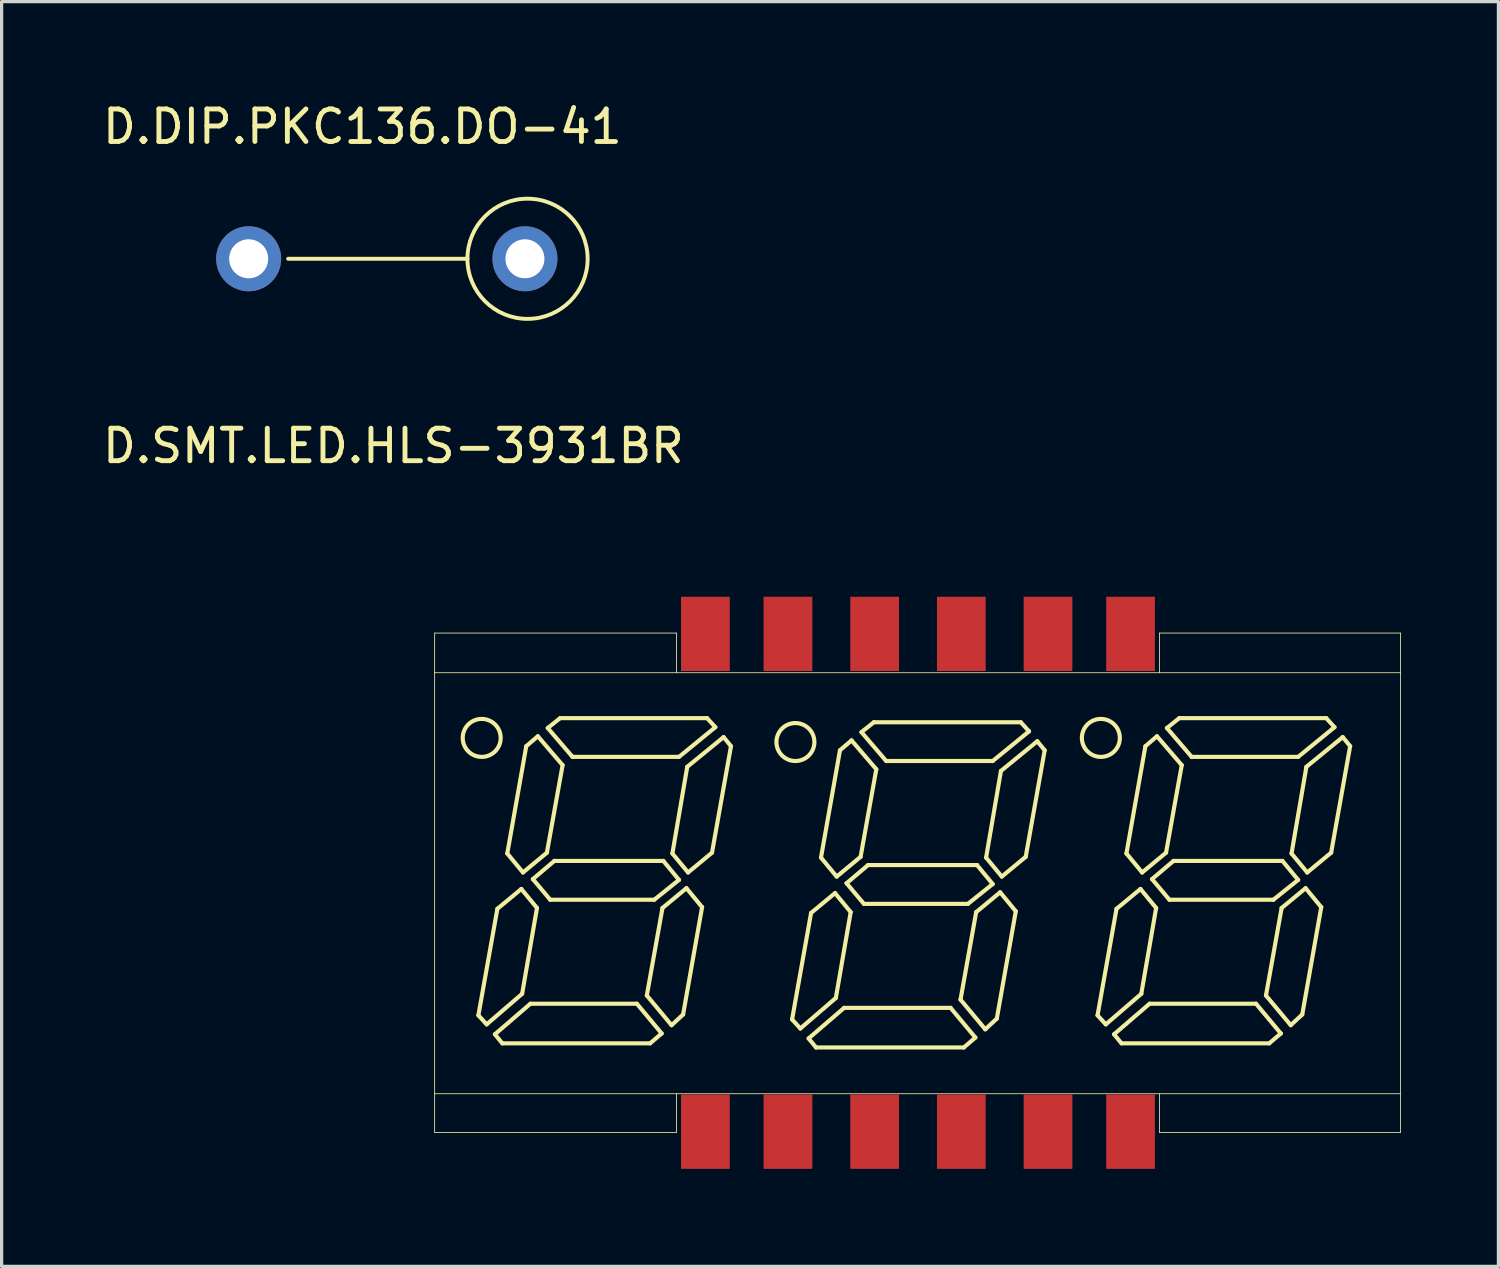
<source format=kicad_pcb>
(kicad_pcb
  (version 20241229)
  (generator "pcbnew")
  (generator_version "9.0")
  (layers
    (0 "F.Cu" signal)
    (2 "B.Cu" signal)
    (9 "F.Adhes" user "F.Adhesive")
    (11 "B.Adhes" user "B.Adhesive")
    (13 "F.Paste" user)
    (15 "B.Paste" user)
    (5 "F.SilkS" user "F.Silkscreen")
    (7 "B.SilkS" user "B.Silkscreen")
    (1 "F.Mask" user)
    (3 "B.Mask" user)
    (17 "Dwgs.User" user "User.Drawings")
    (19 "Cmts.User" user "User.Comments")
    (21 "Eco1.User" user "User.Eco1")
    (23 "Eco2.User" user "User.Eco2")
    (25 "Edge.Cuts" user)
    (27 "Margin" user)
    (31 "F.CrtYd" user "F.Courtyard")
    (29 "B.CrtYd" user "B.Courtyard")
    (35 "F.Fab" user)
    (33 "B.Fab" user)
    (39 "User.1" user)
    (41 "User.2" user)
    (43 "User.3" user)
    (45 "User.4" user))
  (footprint "D.DIP.PKC136.DO-41"
    (layer "F.Cu")
    (at 8.101 4.912)
    (property "Reference" "D.DIP.PKC136.DO-41" (at 0 -4.064 0) (layer "F.SilkS") (effects (font (size 1 1) (thickness 0.15))))
    (attr through_hole)
    (fp_line (start 3.231 0) (end -2.286 0) (stroke (width 0.12) (type solid)) (layer "F.SilkS"))
    (fp_circle (center 5.08 0) (end 5.588 1.778) (stroke (width 0.12) (type solid)) (fill no) (layer "F.SilkS"))
    (pad "1" thru_hole circle (at 5 0) (size 2 2) (drill 1.2) (layers "*.Cu" "F.Mask"))
    (pad "2" thru_hole circle (at -3.5 0) (size 2 2) (drill 1.2) (layers "*.Cu" "F.Mask")))
  (footprint "D.SMT.LED.HLS-3931BR"
    (layer "F.Cu")
    (at 18.654 31.77)
    (property "Reference" "D.SMT.LED.HLS-3931BR" (at -9.6 -21.1 0) (layer "F.SilkS") (effects (font (size 1 1) (thickness 0.15))))
    (attr through_hole)
    (fp_line (start -8.331 -15.342) (end -0.889 -15.342) (stroke (width 0.025) (type solid)) (layer "F.SilkS"))
    (fp_line (start -8.331 -14.122) (end -8.331 -15.342) (stroke (width 0.025) (type solid)) (layer "F.SilkS"))
    (fp_line (start -8.331 -14.122) (end 21.387 -14.122) (stroke (width 0.025) (type solid)) (layer "F.SilkS"))
    (fp_line (start -8.331 -1.168) (end -8.331 -14.122) (stroke (width 0.025) (type solid)) (layer "F.SilkS"))
    (fp_line (start -8.331 -1.168) (end 21.387 -1.168) (stroke (width 0.025) (type solid)) (layer "F.SilkS"))
    (fp_line (start -8.331 0.025) (end -8.331 -1.168) (stroke (width 0.025) (type solid)) (layer "F.SilkS"))
    (fp_line (start -8.331 0.025) (end -0.889 0.025) (stroke (width 0.025) (type solid)) (layer "F.SilkS"))
    (fp_line (start -6.985 -3.581) (end -6.731 -3.302) (stroke (width 0.127) (type solid)) (layer "F.SilkS"))
    (fp_line (start -6.985 -3.581) (end -6.401 -6.858) (stroke (width 0.127) (type solid)) (layer "F.SilkS"))
    (fp_line (start -6.731 -3.302) (end -5.639 -4.242) (stroke (width 0.127) (type solid)) (layer "F.SilkS"))
    (fp_line (start -6.477 -2.997) (end -6.248 -2.718) (stroke (width 0.127) (type solid)) (layer "F.SilkS"))
    (fp_line (start -6.477 -2.997) (end -5.385 -3.937) (stroke (width 0.127) (type solid)) (layer "F.SilkS"))
    (fp_line (start -6.401 -6.858) (end -5.664 -7.468) (stroke (width 0.127) (type solid)) (layer "F.SilkS"))
    (fp_line (start -6.248 -2.718) (end -1.702 -2.718) (stroke (width 0.127) (type solid)) (layer "F.SilkS"))
    (fp_line (start -6.096 -8.56) (end -5.613 -7.976) (stroke (width 0.127) (type solid)) (layer "F.SilkS"))
    (fp_line (start -6.096 -8.56) (end -5.512 -11.862) (stroke (width 0.127) (type solid)) (layer "F.SilkS"))
    (fp_line (start -5.664 -7.468) (end -5.182 -6.883) (stroke (width 0.127) (type solid)) (layer "F.SilkS"))
    (fp_line (start -5.639 -4.242) (end -5.182 -6.883) (stroke (width 0.127) (type solid)) (layer "F.SilkS"))
    (fp_line (start -5.613 -7.976) (end -4.877 -8.585) (stroke (width 0.127) (type solid)) (layer "F.SilkS"))
    (fp_line (start -5.512 -11.862) (end -5.156 -12.167) (stroke (width 0.127) (type solid)) (layer "F.SilkS"))
    (fp_line (start -5.385 -3.937) (end -2.108 -3.937) (stroke (width 0.127) (type solid)) (layer "F.SilkS"))
    (fp_line (start -5.309 -7.772) (end -4.775 -7.137) (stroke (width 0.127) (type solid)) (layer "F.SilkS"))
    (fp_line (start -5.309 -7.772) (end -4.648 -8.331) (stroke (width 0.127) (type solid)) (layer "F.SilkS"))
    (fp_line (start -5.156 -12.167) (end -4.394 -11.278) (stroke (width 0.127) (type solid)) (layer "F.SilkS"))
    (fp_line (start -4.877 -8.585) (end -4.394 -11.278) (stroke (width 0.127) (type solid)) (layer "F.SilkS"))
    (fp_line (start -4.851 -12.421) (end -4.47 -12.725) (stroke (width 0.127) (type solid)) (layer "F.SilkS"))
    (fp_line (start -4.851 -12.421) (end -4.089 -11.532) (stroke (width 0.127) (type solid)) (layer "F.SilkS"))
    (fp_line (start -4.775 -7.137) (end -1.575 -7.137) (stroke (width 0.127) (type solid)) (layer "F.SilkS"))
    (fp_line (start -4.648 -8.331) (end -1.295 -8.331) (stroke (width 0.127) (type solid)) (layer "F.SilkS"))
    (fp_line (start -4.47 -12.725) (end 0.051 -12.725) (stroke (width 0.127) (type solid)) (layer "F.SilkS"))
    (fp_line (start -4.089 -11.532) (end -0.813 -11.532) (stroke (width 0.127) (type solid)) (layer "F.SilkS"))
    (fp_line (start -2.108 -3.937) (end -1.346 -3.023) (stroke (width 0.127) (type solid)) (layer "F.SilkS"))
    (fp_line (start -1.803 -4.191) (end -1.321 -6.883) (stroke (width 0.127) (type solid)) (layer "F.SilkS"))
    (fp_line (start -1.803 -4.191) (end -1.041 -3.277) (stroke (width 0.127) (type solid)) (layer "F.SilkS"))
    (fp_line (start -1.702 -2.718) (end -1.346 -3.023) (stroke (width 0.127) (type solid)) (layer "F.SilkS"))
    (fp_line (start -1.575 -7.137) (end -0.813 -7.747) (stroke (width 0.127) (type solid)) (layer "F.SilkS"))
    (fp_line (start -1.321 -6.883) (end -0.584 -7.493) (stroke (width 0.127) (type solid)) (layer "F.SilkS"))
    (fp_line (start -1.295 -8.331) (end -0.813 -7.747) (stroke (width 0.127) (type solid)) (layer "F.SilkS"))
    (fp_line (start -1.041 -3.277) (end -0.686 -3.607) (stroke (width 0.127) (type solid)) (layer "F.SilkS"))
    (fp_line (start -1.016 -8.56) (end -0.559 -11.227) (stroke (width 0.127) (type solid)) (layer "F.SilkS"))
    (fp_line (start -1.016 -8.56) (end -0.533 -7.976) (stroke (width 0.127) (type solid)) (layer "F.SilkS"))
    (fp_line (start -0.889 -14.122) (end -0.889 -15.342) (stroke (width 0.025) (type solid)) (layer "F.SilkS"))
    (fp_line (start -0.889 0.025) (end -0.889 -1.168) (stroke (width 0.025) (type solid)) (layer "F.SilkS"))
    (fp_line (start -0.813 -11.532) (end 0.305 -12.446) (stroke (width 0.127) (type solid)) (layer "F.SilkS"))
    (fp_line (start -0.686 -3.607) (end -0.102 -6.909) (stroke (width 0.127) (type solid)) (layer "F.SilkS"))
    (fp_line (start -0.584 -7.493) (end -0.102 -6.909) (stroke (width 0.127) (type solid)) (layer "F.SilkS"))
    (fp_line (start -0.559 -11.227) (end 0.559 -12.141) (stroke (width 0.127) (type solid)) (layer "F.SilkS"))
    (fp_line (start -0.533 -7.976) (end 0.203 -8.585) (stroke (width 0.127) (type solid)) (layer "F.SilkS"))
    (fp_line (start 0.051 -12.725) (end 0.305 -12.446) (stroke (width 0.127) (type solid)) (layer "F.SilkS"))
    (fp_line (start 0.203 -8.585) (end 0.787 -11.862) (stroke (width 0.127) (type solid)) (layer "F.SilkS"))
    (fp_line (start 0.559 -12.141) (end 0.787 -11.862) (stroke (width 0.127) (type solid)) (layer "F.SilkS"))
    (fp_line (start 2.667 -3.454) (end 2.921 -3.175) (stroke (width 0.127) (type solid)) (layer "F.SilkS"))
    (fp_line (start 2.667 -3.454) (end 3.251 -6.731) (stroke (width 0.127) (type solid)) (layer "F.SilkS"))
    (fp_line (start 2.921 -3.175) (end 4.013 -4.115) (stroke (width 0.127) (type solid)) (layer "F.SilkS"))
    (fp_line (start 3.175 -2.87) (end 3.404 -2.591) (stroke (width 0.127) (type solid)) (layer "F.SilkS"))
    (fp_line (start 3.175 -2.87) (end 4.267 -3.81) (stroke (width 0.127) (type solid)) (layer "F.SilkS"))
    (fp_line (start 3.251 -6.731) (end 3.988 -7.341) (stroke (width 0.127) (type solid)) (layer "F.SilkS"))
    (fp_line (start 3.404 -2.591) (end 7.95 -2.591) (stroke (width 0.127) (type solid)) (layer "F.SilkS"))
    (fp_line (start 3.556 -8.433) (end 4.039 -7.849) (stroke (width 0.127) (type solid)) (layer "F.SilkS"))
    (fp_line (start 3.556 -8.433) (end 4.14 -11.735) (stroke (width 0.127) (type solid)) (layer "F.SilkS"))
    (fp_line (start 3.988 -7.341) (end 4.47 -6.756) (stroke (width 0.127) (type solid)) (layer "F.SilkS"))
    (fp_line (start 4.013 -4.115) (end 4.47 -6.756) (stroke (width 0.127) (type solid)) (layer "F.SilkS"))
    (fp_line (start 4.039 -7.849) (end 4.775 -8.458) (stroke (width 0.127) (type solid)) (layer "F.SilkS"))
    (fp_line (start 4.14 -11.735) (end 4.496 -12.04) (stroke (width 0.127) (type solid)) (layer "F.SilkS"))
    (fp_line (start 4.267 -3.81) (end 7.544 -3.81) (stroke (width 0.127) (type solid)) (layer "F.SilkS"))
    (fp_line (start 4.343 -7.645) (end 4.877 -7.01) (stroke (width 0.127) (type solid)) (layer "F.SilkS"))
    (fp_line (start 4.343 -7.645) (end 5.004 -8.204) (stroke (width 0.127) (type solid)) (layer "F.SilkS"))
    (fp_line (start 4.496 -12.04) (end 5.258 -11.151) (stroke (width 0.127) (type solid)) (layer "F.SilkS"))
    (fp_line (start 4.775 -8.458) (end 5.258 -11.151) (stroke (width 0.127) (type solid)) (layer "F.SilkS"))
    (fp_line (start 4.801 -12.294) (end 5.182 -12.598) (stroke (width 0.127) (type solid)) (layer "F.SilkS"))
    (fp_line (start 4.801 -12.294) (end 5.563 -11.405) (stroke (width 0.127) (type solid)) (layer "F.SilkS"))
    (fp_line (start 4.877 -7.01) (end 8.077 -7.01) (stroke (width 0.127) (type solid)) (layer "F.SilkS"))
    (fp_line (start 5.004 -8.204) (end 8.357 -8.204) (stroke (width 0.127) (type solid)) (layer "F.SilkS"))
    (fp_line (start 5.182 -12.598) (end 9.703 -12.598) (stroke (width 0.127) (type solid)) (layer "F.SilkS"))
    (fp_line (start 5.563 -11.405) (end 8.839 -11.405) (stroke (width 0.127) (type solid)) (layer "F.SilkS"))
    (fp_line (start 7.544 -3.81) (end 8.306 -2.896) (stroke (width 0.127) (type solid)) (layer "F.SilkS"))
    (fp_line (start 7.849 -4.064) (end 8.331 -6.756) (stroke (width 0.127) (type solid)) (layer "F.SilkS"))
    (fp_line (start 7.849 -4.064) (end 8.611 -3.15) (stroke (width 0.127) (type solid)) (layer "F.SilkS"))
    (fp_line (start 7.95 -2.591) (end 8.306 -2.896) (stroke (width 0.127) (type solid)) (layer "F.SilkS"))
    (fp_line (start 8.077 -7.01) (end 8.839 -7.62) (stroke (width 0.127) (type solid)) (layer "F.SilkS"))
    (fp_line (start 8.331 -6.756) (end 9.068 -7.366) (stroke (width 0.127) (type solid)) (layer "F.SilkS"))
    (fp_line (start 8.357 -8.204) (end 8.839 -7.62) (stroke (width 0.127) (type solid)) (layer "F.SilkS"))
    (fp_line (start 8.611 -3.15) (end 8.966 -3.48) (stroke (width 0.127) (type solid)) (layer "F.SilkS"))
    (fp_line (start 8.636 -8.433) (end 9.093 -11.1) (stroke (width 0.127) (type solid)) (layer "F.SilkS"))
    (fp_line (start 8.636 -8.433) (end 9.119 -7.849) (stroke (width 0.127) (type solid)) (layer "F.SilkS"))
    (fp_line (start 8.839 -11.405) (end 9.957 -12.319) (stroke (width 0.127) (type solid)) (layer "F.SilkS"))
    (fp_line (start 8.966 -3.48) (end 9.55 -6.782) (stroke (width 0.127) (type solid)) (layer "F.SilkS"))
    (fp_line (start 9.068 -7.366) (end 9.55 -6.782) (stroke (width 0.127) (type solid)) (layer "F.SilkS"))
    (fp_line (start 9.093 -11.1) (end 10.211 -12.014) (stroke (width 0.127) (type solid)) (layer "F.SilkS"))
    (fp_line (start 9.119 -7.849) (end 9.855 -8.458) (stroke (width 0.127) (type solid)) (layer "F.SilkS"))
    (fp_line (start 9.703 -12.598) (end 9.957 -12.319) (stroke (width 0.127) (type solid)) (layer "F.SilkS"))
    (fp_line (start 9.855 -8.458) (end 10.439 -11.735) (stroke (width 0.127) (type solid)) (layer "F.SilkS"))
    (fp_line (start 10.211 -12.014) (end 10.439 -11.735) (stroke (width 0.127) (type solid)) (layer "F.SilkS"))
    (fp_line (start 12.065 -3.581) (end 12.319 -3.302) (stroke (width 0.127) (type solid)) (layer "F.SilkS"))
    (fp_line (start 12.065 -3.581) (end 12.649 -6.858) (stroke (width 0.127) (type solid)) (layer "F.SilkS"))
    (fp_line (start 12.319 -3.302) (end 13.411 -4.242) (stroke (width 0.127) (type solid)) (layer "F.SilkS"))
    (fp_line (start 12.573 -2.997) (end 12.802 -2.718) (stroke (width 0.127) (type solid)) (layer "F.SilkS"))
    (fp_line (start 12.573 -2.997) (end 13.665 -3.937) (stroke (width 0.127) (type solid)) (layer "F.SilkS"))
    (fp_line (start 12.649 -6.858) (end 13.386 -7.468) (stroke (width 0.127) (type solid)) (layer "F.SilkS"))
    (fp_line (start 12.802 -2.718) (end 17.348 -2.718) (stroke (width 0.127) (type solid)) (layer "F.SilkS"))
    (fp_line (start 12.954 -8.56) (end 13.437 -7.976) (stroke (width 0.127) (type solid)) (layer "F.SilkS"))
    (fp_line (start 12.954 -8.56) (end 13.538 -11.862) (stroke (width 0.127) (type solid)) (layer "F.SilkS"))
    (fp_line (start 13.386 -7.468) (end 13.868 -6.883) (stroke (width 0.127) (type solid)) (layer "F.SilkS"))
    (fp_line (start 13.411 -4.242) (end 13.868 -6.883) (stroke (width 0.127) (type solid)) (layer "F.SilkS"))
    (fp_line (start 13.437 -7.976) (end 14.173 -8.585) (stroke (width 0.127) (type solid)) (layer "F.SilkS"))
    (fp_line (start 13.538 -11.862) (end 13.894 -12.167) (stroke (width 0.127) (type solid)) (layer "F.SilkS"))
    (fp_line (start 13.665 -3.937) (end 16.942 -3.937) (stroke (width 0.127) (type solid)) (layer "F.SilkS"))
    (fp_line (start 13.741 -7.772) (end 14.275 -7.137) (stroke (width 0.127) (type solid)) (layer "F.SilkS"))
    (fp_line (start 13.741 -7.772) (end 14.402 -8.331) (stroke (width 0.127) (type solid)) (layer "F.SilkS"))
    (fp_line (start 13.894 -12.167) (end 14.656 -11.278) (stroke (width 0.127) (type solid)) (layer "F.SilkS"))
    (fp_line (start 13.97 -15.342) (end 21.387 -15.342) (stroke (width 0.025) (type solid)) (layer "F.SilkS"))
    (fp_line (start 13.97 -14.122) (end 13.97 -15.342) (stroke (width 0.025) (type solid)) (layer "F.SilkS"))
    (fp_line (start 13.97 0.025) (end 13.97 -1.168) (stroke (width 0.025) (type solid)) (layer "F.SilkS"))
    (fp_line (start 13.97 0.025) (end 21.387 0.025) (stroke (width 0.025) (type solid)) (layer "F.SilkS"))
    (fp_line (start 14.173 -8.585) (end 14.656 -11.278) (stroke (width 0.127) (type solid)) (layer "F.SilkS"))
    (fp_line (start 14.199 -12.421) (end 14.58 -12.725) (stroke (width 0.127) (type solid)) (layer "F.SilkS"))
    (fp_line (start 14.199 -12.421) (end 14.961 -11.532) (stroke (width 0.127) (type solid)) (layer "F.SilkS"))
    (fp_line (start 14.275 -7.137) (end 17.475 -7.137) (stroke (width 0.127) (type solid)) (layer "F.SilkS"))
    (fp_line (start 14.402 -8.331) (end 17.755 -8.331) (stroke (width 0.127) (type solid)) (layer "F.SilkS"))
    (fp_line (start 14.58 -12.725) (end 19.101 -12.725) (stroke (width 0.127) (type solid)) (layer "F.SilkS"))
    (fp_line (start 14.961 -11.532) (end 18.237 -11.532) (stroke (width 0.127) (type solid)) (layer "F.SilkS"))
    (fp_line (start 16.942 -3.937) (end 17.704 -3.023) (stroke (width 0.127) (type solid)) (layer "F.SilkS"))
    (fp_line (start 17.247 -4.191) (end 17.729 -6.883) (stroke (width 0.127) (type solid)) (layer "F.SilkS"))
    (fp_line (start 17.247 -4.191) (end 18.009 -3.277) (stroke (width 0.127) (type solid)) (layer "F.SilkS"))
    (fp_line (start 17.348 -2.718) (end 17.704 -3.023) (stroke (width 0.127) (type solid)) (layer "F.SilkS"))
    (fp_line (start 17.475 -7.137) (end 18.237 -7.747) (stroke (width 0.127) (type solid)) (layer "F.SilkS"))
    (fp_line (start 17.729 -6.883) (end 18.466 -7.493) (stroke (width 0.127) (type solid)) (layer "F.SilkS"))
    (fp_line (start 17.755 -8.331) (end 18.237 -7.747) (stroke (width 0.127) (type solid)) (layer "F.SilkS"))
    (fp_line (start 18.009 -3.277) (end 18.364 -3.607) (stroke (width 0.127) (type solid)) (layer "F.SilkS"))
    (fp_line (start 18.034 -8.56) (end 18.491 -11.227) (stroke (width 0.127) (type solid)) (layer "F.SilkS"))
    (fp_line (start 18.034 -8.56) (end 18.517 -7.976) (stroke (width 0.127) (type solid)) (layer "F.SilkS"))
    (fp_line (start 18.237 -11.532) (end 19.355 -12.446) (stroke (width 0.127) (type solid)) (layer "F.SilkS"))
    (fp_line (start 18.364 -3.607) (end 18.948 -6.909) (stroke (width 0.127) (type solid)) (layer "F.SilkS"))
    (fp_line (start 18.466 -7.493) (end 18.948 -6.909) (stroke (width 0.127) (type solid)) (layer "F.SilkS"))
    (fp_line (start 18.491 -11.227) (end 19.609 -12.141) (stroke (width 0.127) (type solid)) (layer "F.SilkS"))
    (fp_line (start 18.517 -7.976) (end 19.253 -8.585) (stroke (width 0.127) (type solid)) (layer "F.SilkS"))
    (fp_line (start 19.101 -12.725) (end 19.355 -12.446) (stroke (width 0.127) (type solid)) (layer "F.SilkS"))
    (fp_line (start 19.253 -8.585) (end 19.837 -11.862) (stroke (width 0.127) (type solid)) (layer "F.SilkS"))
    (fp_line (start 19.609 -12.141) (end 19.837 -11.862) (stroke (width 0.127) (type solid)) (layer "F.SilkS"))
    (fp_line (start 21.387 -14.122) (end 21.387 -15.342) (stroke (width 0.025) (type solid)) (layer "F.SilkS"))
    (fp_line (start 21.387 -1.168) (end 21.387 -14.122) (stroke (width 0.025) (type solid)) (layer "F.SilkS"))
    (fp_line (start 21.387 0.025) (end 21.387 -1.168) (stroke (width 0.025) (type solid)) (layer "F.SilkS"))
    (fp_circle (center -6.883 -12.116) (end -6.299 -12.116) (stroke (width 0.127) (type solid)) (fill no) (layer "F.SilkS"))
    (fp_circle (center 2.769 -11.989) (end 3.353 -11.989) (stroke (width 0.127) (type solid)) (fill no) (layer "F.SilkS"))
    (fp_circle (center 12.167 -12.116) (end 12.751 -12.116) (stroke (width 0.127) (type solid)) (fill no) (layer "F.SilkS"))
    (pad "1" smd rect (at 13.081 -15.316 180) (size 1.499 2.286) (layers "F.Cu" "F.Mask" "F.Paste"))
    (pad "2" smd rect (at 10.541 -15.316 180) (size 1.499 2.286) (layers "F.Cu" "F.Mask" "F.Paste"))
    (pad "3" smd rect (at 7.874 -15.316 180) (size 1.499 2.286) (layers "F.Cu" "F.Mask" "F.Paste"))
    (pad "4" smd rect (at 5.207 -15.316 180) (size 1.499 2.286) (layers "F.Cu" "F.Mask" "F.Paste"))
    (pad "5" smd rect (at 2.54 -15.316 180) (size 1.499 2.286) (layers "F.Cu" "F.Mask" "F.Paste"))
    (pad "6" smd rect (at 0 -15.316 180) (size 1.499 2.286) (layers "F.Cu" "F.Mask" "F.Paste"))
    (pad "7" smd rect (at 0 0 180) (size 1.499 2.286) (layers "F.Cu" "F.Mask" "F.Paste"))
    (pad "8" smd rect (at 2.54 0 180) (size 1.499 2.286) (layers "F.Cu" "F.Mask" "F.Paste"))
    (pad "9" smd rect (at 5.207 0 180) (size 1.499 2.286) (layers "F.Cu" "F.Mask" "F.Paste"))
    (pad "10" smd rect (at 7.874 0 180) (size 1.499 2.286) (layers "F.Cu" "F.Mask" "F.Paste"))
    (pad "11" smd rect (at 10.541 0 180) (size 1.499 2.286) (layers "F.Cu" "F.Mask" "F.Paste"))
    (pad "12" smd rect (at 13.081 0 180) (size 1.499 2.286) (layers "F.Cu" "F.Mask" "F.Paste")))
  (gr_rect
    (start -3 -3)
    (end 43.053 35.913)
    (stroke (width 0.1) (type default))
    (fill no)
    (layer "Edge.Cuts")))
</source>
